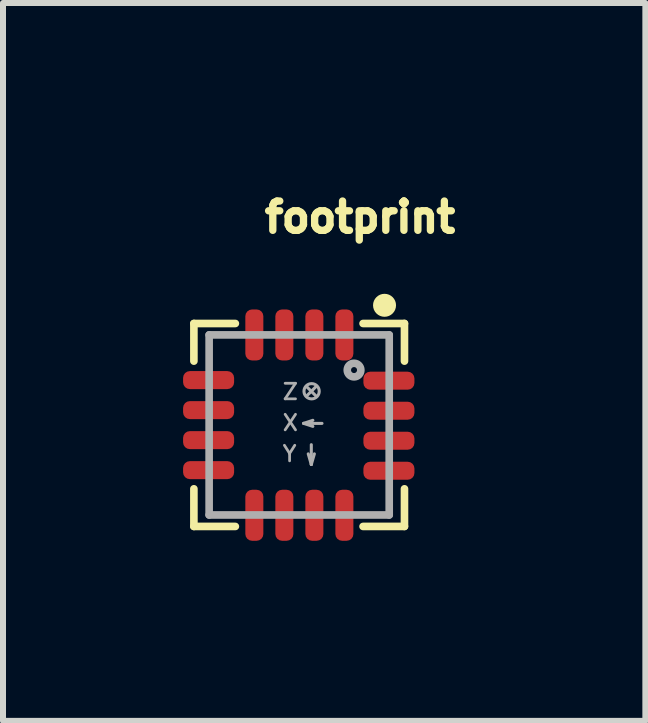
<source format=kicad_pcb>
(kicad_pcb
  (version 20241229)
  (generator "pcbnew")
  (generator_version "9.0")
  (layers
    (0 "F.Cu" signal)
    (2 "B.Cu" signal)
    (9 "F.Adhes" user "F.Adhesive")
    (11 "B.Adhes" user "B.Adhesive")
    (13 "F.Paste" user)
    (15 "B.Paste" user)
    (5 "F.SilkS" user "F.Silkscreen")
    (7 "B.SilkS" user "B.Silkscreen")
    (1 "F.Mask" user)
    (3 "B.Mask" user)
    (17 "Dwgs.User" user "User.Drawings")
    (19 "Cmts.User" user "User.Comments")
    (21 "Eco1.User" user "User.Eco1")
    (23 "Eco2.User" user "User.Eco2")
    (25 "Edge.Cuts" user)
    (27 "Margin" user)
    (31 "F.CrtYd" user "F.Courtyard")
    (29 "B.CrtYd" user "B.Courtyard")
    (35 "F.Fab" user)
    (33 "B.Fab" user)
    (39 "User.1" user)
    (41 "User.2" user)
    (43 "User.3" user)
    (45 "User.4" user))
  (footprint "footprint"
    (layer "F.Cu")
    (at 1.933 4.028)
    (property "Reference" "footprint" (at -0.635 -3.175 0) (layer "F.SilkS") (effects (font (size 0.488 0.488) (thickness 0.122)) (justify left bottom)))
    (fp_line (start -1.753 -1.689) (end -1.753 -1.062) (stroke (width 0.127) (type solid)) (layer "F.SilkS"))
    (fp_line (start -1.753 1.692) (end -1.753 1.065) (stroke (width 0.127) (type solid)) (layer "F.SilkS"))
    (fp_line (start -1.062 -1.689) (end -1.753 -1.689) (stroke (width 0.127) (type solid)) (layer "F.SilkS"))
    (fp_line (start -1.062 1.692) (end -1.753 1.692) (stroke (width 0.127) (type solid)) (layer "F.SilkS"))
    (fp_line (start 1.065 -1.689) (end 1.755 -1.689) (stroke (width 0.127) (type solid)) (layer "F.SilkS"))
    (fp_line (start 1.065 1.692) (end 1.755 1.692) (stroke (width 0.127) (type solid)) (layer "F.SilkS"))
    (fp_line (start 1.755 -1.689) (end 1.755 -1.062) (stroke (width 0.127) (type solid)) (layer "F.SilkS"))
    (fp_line (start 1.755 1.692) (end 1.755 1.065) (stroke (width 0.127) (type solid)) (layer "F.SilkS"))
    (fp_circle (center 1.423 -1.992) (end 1.519 -1.992) (stroke (width 0.191) (type solid)) (fill yes) (layer "F.SilkS"))
    (fp_line (start -1.499 -1.499) (end -1.499 1.501) (stroke (width 0.127) (type solid)) (layer "F.Fab"))
    (fp_line (start -1.499 -1.499) (end 1.501 -1.499) (stroke (width 0.127) (type solid)) (layer "F.Fab"))
    (fp_line (start 0.076 -0.025) (end 0.229 -0.076) (stroke (width 0.051) (type solid)) (layer "F.Fab"))
    (fp_line (start 0.076 -0.025) (end 0.229 0.025) (stroke (width 0.051) (type solid)) (layer "F.Fab"))
    (fp_line (start 0.127 -0.635) (end 0.279 -0.483) (stroke (width 0.051) (type solid)) (layer "F.Fab"))
    (fp_line (start 0.127 -0.483) (end 0.279 -0.635) (stroke (width 0.051) (type solid)) (layer "F.Fab"))
    (fp_line (start 0.203 0.33) (end 0.203 0.66) (stroke (width 0.051) (type solid)) (layer "F.Fab"))
    (fp_line (start 0.203 0.66) (end 0.152 0.483) (stroke (width 0.051) (type solid)) (layer "F.Fab"))
    (fp_line (start 0.203 0.66) (end 0.254 0.483) (stroke (width 0.051) (type solid)) (layer "F.Fab"))
    (fp_line (start 0.381 -0.025) (end 0.076 -0.025) (stroke (width 0.051) (type solid)) (layer "F.Fab"))
    (fp_line (start 1.501 1.501) (end -1.499 1.501) (stroke (width 0.127) (type solid)) (layer "F.Fab"))
    (fp_line (start 1.501 1.501) (end 1.501 -1.499) (stroke (width 0.127) (type solid)) (layer "F.Fab"))
    (fp_circle (center 0.208 -0.56) (end 0.335 -0.56) (stroke (width 0.051) (type solid)) (fill no) (layer "F.Fab"))
    (fp_circle (center 0.915 -0.913) (end 0.965 -0.913) (stroke (width 0.127) (type solid)) (fill no) (layer "F.Fab"))
    (fp_text user "X" (at -0.3 0.117 0) (layer "F.Fab") (effects (font (size 0.259 0.259) (thickness 0.046)) (justify left bottom)))
    (fp_text user "Z" (at -0.3 -0.4 0) (layer "F.Fab") (effects (font (size 0.259 0.259) (thickness 0.046)) (justify left bottom)))
    (fp_text user "Y" (at -0.3 0.633 0) (layer "F.Fab") (effects (font (size 0.259 0.259) (thickness 0.046)) (justify left bottom)))
    (pad "1" smd roundrect (at 0.754 -1.498 90) (size 0.85 0.3) (layers "F.Cu" "F.Mask" "F.Paste") (roundrect_rratio 0.375))
    (pad "2" smd roundrect (at 0.254 -1.498 90) (size 0.85 0.3) (layers "F.Cu" "F.Mask" "F.Paste") (roundrect_rratio 0.375))
    (pad "3" smd roundrect (at -0.246 -1.498 90) (size 0.85 0.3) (layers "F.Cu" "F.Mask" "F.Paste") (roundrect_rratio 0.375))
    (pad "4" smd roundrect (at -0.746 -1.498 90) (size 0.85 0.3) (layers "F.Cu" "F.Mask" "F.Paste") (roundrect_rratio 0.375))
    (pad "5" smd roundrect (at -1.508 -0.746) (size 0.85 0.3) (layers "F.Cu" "F.Mask" "F.Paste") (roundrect_rratio 0.375))
    (pad "6" smd roundrect (at -1.508 -0.246) (size 0.85 0.3) (layers "F.Cu" "F.Mask" "F.Paste") (roundrect_rratio 0.375))
    (pad "7" smd roundrect (at -1.508 0.254) (size 0.85 0.3) (layers "F.Cu" "F.Mask" "F.Paste") (roundrect_rratio 0.375))
    (pad "8" smd roundrect (at -1.508 0.754) (size 0.85 0.3) (layers "F.Cu" "F.Mask" "F.Paste") (roundrect_rratio 0.375))
    (pad "9" smd roundrect (at -0.746 1.506 270) (size 0.85 0.3) (layers "F.Cu" "F.Mask" "F.Paste") (roundrect_rratio 0.375))
    (pad "10" smd roundrect (at -0.246 1.506 270) (size 0.85 0.3) (layers "F.Cu" "F.Mask" "F.Paste") (roundrect_rratio 0.375))
    (pad "11" smd roundrect (at 0.254 1.506 270) (size 0.85 0.3) (layers "F.Cu" "F.Mask" "F.Paste") (roundrect_rratio 0.375))
    (pad "12" smd roundrect (at 0.754 1.506 270) (size 0.85 0.3) (layers "F.Cu" "F.Mask" "F.Paste") (roundrect_rratio 0.375))
    (pad "13" smd roundrect (at 1.496 0.764 180) (size 0.85 0.3) (layers "F.Cu" "F.Mask" "F.Paste") (roundrect_rratio 0.375))
    (pad "14" smd roundrect (at 1.496 0.264 180) (size 0.85 0.3) (layers "F.Cu" "F.Mask" "F.Paste") (roundrect_rratio 0.375))
    (pad "15" smd roundrect (at 1.496 -0.236 180) (size 0.85 0.3) (layers "F.Cu" "F.Mask" "F.Paste") (roundrect_rratio 0.375))
    (pad "16" smd roundrect (at 1.496 -0.736 180) (size 0.85 0.3) (layers "F.Cu" "F.Mask" "F.Paste") (roundrect_rratio 0.375)))
  (gr_rect
    (start -3 -3)
    (end 7.701 8.959)
    (stroke (width 0.1) (type default))
    (fill no)
    (layer "Edge.Cuts")))
</source>
